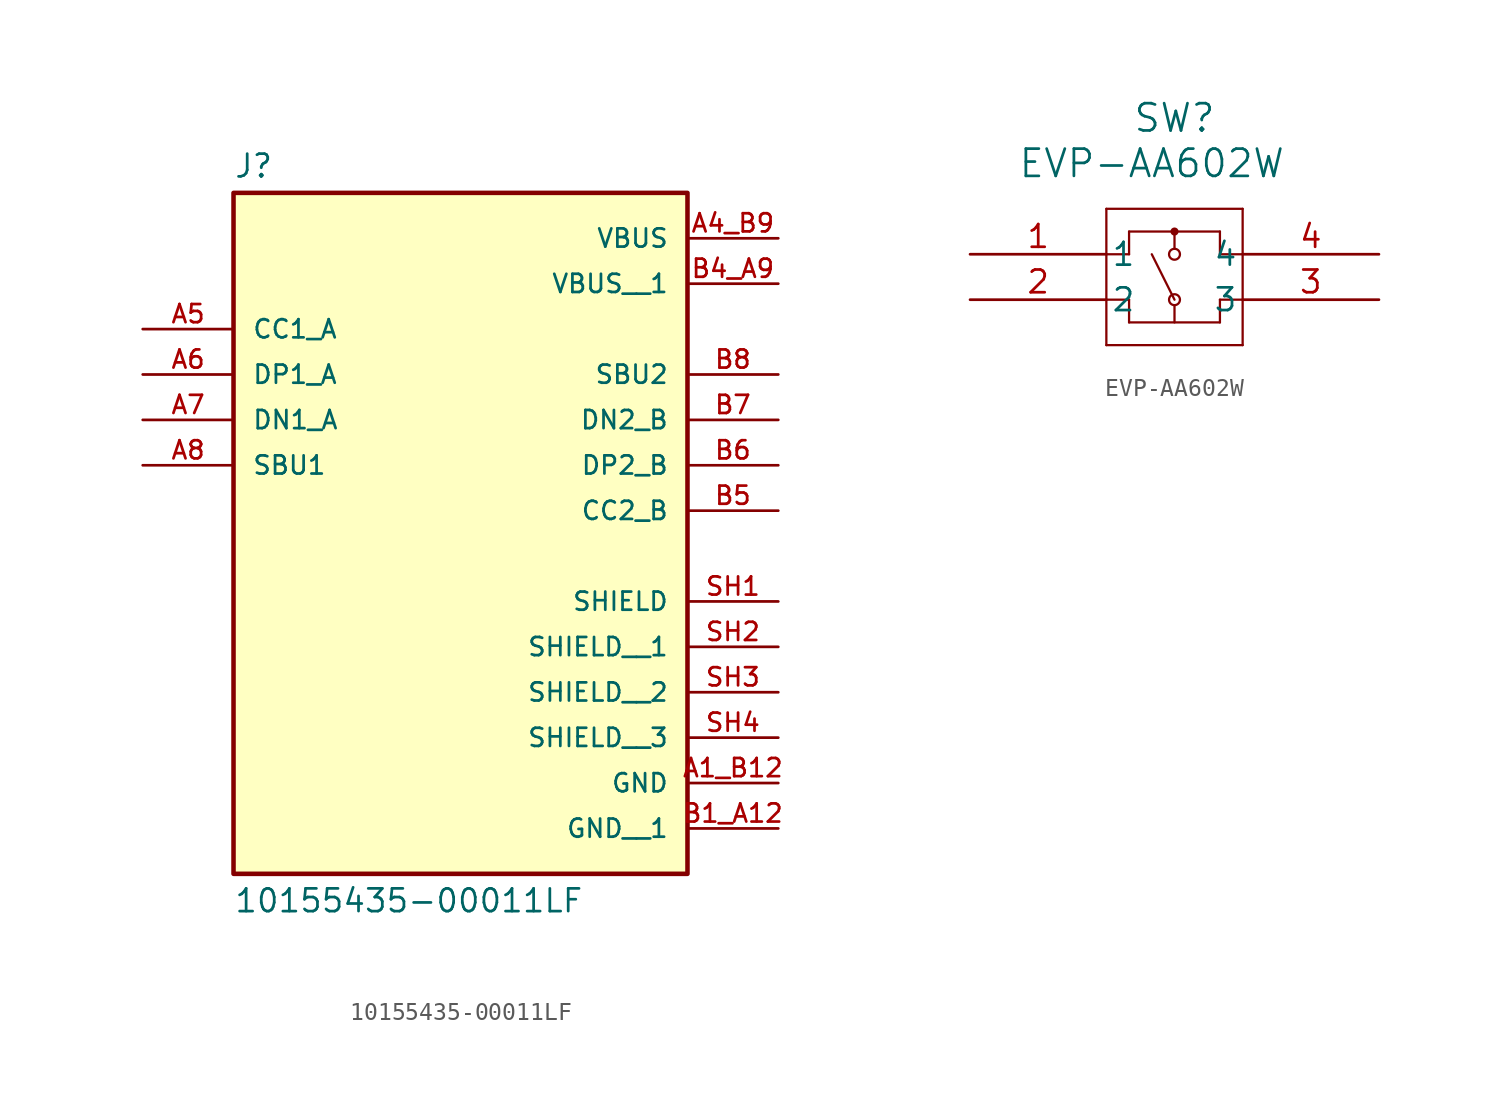
<source format=kicad_sym>
(kicad_symbol_lib
  (version 20231120)
  (generator "kicad_symbol_editor")
  (generator_version "8.0")
  (symbol "10155435-00011LF"
    (pin_names
      (offset 1.016))
    (property "Reference" "J"
      (at -12.7 13.462 0)
      (effects (font (size 1.27 1.27)) (justify left bottom)))
    (property "Value" "10155435-00011LF"
      (at -12.7 -26.162 0)
      (effects (font (size 1.27 1.27)) (justify left top)))
    (symbol "10155435-00011LF_0_0"
      (rectangle (start -12.7 -25.4) (end 12.7 12.7) (stroke (width 0.254) (type default)) (fill (type background)))
      (pin power_in line (at 17.78 -20.32 180) (length 5.08) (name "GND" (effects (font (size 1.016 1.016)))) (number "A1_B12" (effects (font (size 1.016 1.016)))))
      (pin power_in line (at 17.78 10.16 180) (length 5.08) (name "VBUS" (effects (font (size 1.016 1.016)))) (number "A4_B9" (effects (font (size 1.016 1.016)))))
      (pin bidirectional line (at -17.78 5.08 0) (length 5.08) (name "CC1_A" (effects (font (size 1.016 1.016)))) (number "A5" (effects (font (size 1.016 1.016)))))
      (pin bidirectional line (at -17.78 2.54 0) (length 5.08) (name "DP1_A" (effects (font (size 1.016 1.016)))) (number "A6" (effects (font (size 1.016 1.016)))))
      (pin bidirectional line (at -17.78 0 0) (length 5.08) (name "DN1_A" (effects (font (size 1.016 1.016)))) (number "A7" (effects (font (size 1.016 1.016)))))
      (pin bidirectional line (at -17.78 -2.54 0) (length 5.08) (name "SBU1" (effects (font (size 1.016 1.016)))) (number "A8" (effects (font (size 1.016 1.016)))))
      (pin power_in line (at 17.78 -22.86 180) (length 5.08) (name "GND__1" (effects (font (size 1.016 1.016)))) (number "B1_A12" (effects (font (size 1.016 1.016)))))
      (pin power_in line (at 17.78 7.62 180) (length 5.08) (name "VBUS__1" (effects (font (size 1.016 1.016)))) (number "B4_A9" (effects (font (size 1.016 1.016)))))
      (pin bidirectional line (at 17.78 -5.08 180) (length 5.08) (name "CC2_B" (effects (font (size 1.016 1.016)))) (number "B5" (effects (font (size 1.016 1.016)))))
      (pin bidirectional line (at 17.78 -2.54 180) (length 5.08) (name "DP2_B" (effects (font (size 1.016 1.016)))) (number "B6" (effects (font (size 1.016 1.016)))))
      (pin bidirectional line (at 17.78 0 180) (length 5.08) (name "DN2_B" (effects (font (size 1.016 1.016)))) (number "B7" (effects (font (size 1.016 1.016)))))
      (pin bidirectional line (at 17.78 2.54 180) (length 5.08) (name "SBU2" (effects (font (size 1.016 1.016)))) (number "B8" (effects (font (size 1.016 1.016)))))
      (pin passive line (at 17.78 -10.16 180) (length 5.08) (name "SHIELD" (effects (font (size 1.016 1.016)))) (number "SH1" (effects (font (size 1.016 1.016)))))
      (pin passive line (at 17.78 -12.7 180) (length 5.08) (name "SHIELD__1" (effects (font (size 1.016 1.016)))) (number "SH2" (effects (font (size 1.016 1.016)))))
      (pin passive line (at 17.78 -15.24 180) (length 5.08) (name "SHIELD__2" (effects (font (size 1.016 1.016)))) (number "SH3" (effects (font (size 1.016 1.016)))))
      (pin passive line (at 17.78 -17.78 180) (length 5.08) (name "SHIELD__3" (effects (font (size 1.016 1.016)))) (number "SH4" (effects (font (size 1.016 1.016)))))))
  (symbol "EVP-AA602W"
    (pin_names
      (offset 0.254))
    (property "Reference" "SW"
      (at 11.43 7.62 0)
      (effects (font (size 1.524 1.524))))
    (property "Value" "EVP-AA602W"
      (at 10.16 5.08 0)
      (effects (font (size 1.524 1.524))))
    (property "ki_locked" ""
      (at 0 0 0)
      (effects (font (size 1.27 1.27))))
    (symbol "EVP-AA602W_0_1"
      (polyline (pts (xy 7.62 -5.08) (xy 15.24 -5.08)) (stroke (width 0.127) (type default)) (fill (type none)))
      (polyline (pts (xy 7.62 -2.54) (xy 8.89 -2.54)) (stroke (width 0.127) (type default)) (fill (type none)))
      (polyline (pts (xy 7.62 0) (xy 8.89 0)) (stroke (width 0.127) (type default)) (fill (type none)))
      (polyline (pts (xy 7.62 2.54) (xy 7.62 -5.08)) (stroke (width 0.127) (type default)) (fill (type none)))
      (polyline (pts (xy 8.89 -3.81) (xy 13.97 -3.81)) (stroke (width 0.127) (type default)) (fill (type none)))
      (polyline (pts (xy 8.89 -2.54) (xy 8.89 -3.81)) (stroke (width 0.127) (type default)) (fill (type none)))
      (polyline (pts (xy 8.89 1.27) (xy 8.89 0)) (stroke (width 0.127) (type default)) (fill (type none)))
      (polyline (pts (xy 11.43 -3.81) (xy 11.43 -2.857)) (stroke (width 0.127) (type default)) (fill (type none)))
      (polyline (pts (xy 11.43 -2.54) (xy 10.16 0)) (stroke (width 0.127) (type default)) (fill (type none)))
      (polyline (pts (xy 11.43 0.318) (xy 11.43 1.27)) (stroke (width 0.127) (type default)) (fill (type none)))
      (polyline (pts (xy 13.97 -3.81) (xy 13.97 -2.54)) (stroke (width 0.127) (type default)) (fill (type none)))
      (polyline (pts (xy 13.97 -2.54) (xy 15.24 -2.54)) (stroke (width 0.127) (type default)) (fill (type none)))
      (polyline (pts (xy 13.97 0) (xy 13.97 1.27)) (stroke (width 0.127) (type default)) (fill (type none)))
      (polyline (pts (xy 13.97 0) (xy 15.24 0)) (stroke (width 0.127) (type default)) (fill (type none)))
      (polyline (pts (xy 13.97 1.27) (xy 8.89 1.27)) (stroke (width 0.127) (type default)) (fill (type none)))
      (polyline (pts (xy 15.24 -5.08) (xy 15.24 2.54)) (stroke (width 0.127) (type default)) (fill (type none)))
      (polyline (pts (xy 15.24 2.54) (xy 7.62 2.54)) (stroke (width 0.127) (type default)) (fill (type none)))
      (circle (center 11.43 -2.54) (radius 0.305) (stroke (width 0.127) (type default)) (fill (type none)))
      (circle (center 11.43 0) (radius 0.305) (stroke (width 0.127) (type default)) (fill (type none)))
      (circle (center 11.43 1.27) (radius 0.127) (stroke (width 0.203) (type default)) (fill (type none)))
      (pin unspecified line (at 0 0 0) (length 7.62) (name "1" (effects (font (size 1.27 1.27)))) (number "1" (effects (font (size 1.27 1.27)))))
      (pin unspecified line (at 0 -2.54 0) (length 7.62) (name "2" (effects (font (size 1.27 1.27)))) (number "2" (effects (font (size 1.27 1.27)))))
      (pin unspecified line (at 22.86 -2.54 180) (length 7.62) (name "3" (effects (font (size 1.27 1.27)))) (number "3" (effects (font (size 1.27 1.27)))))
      (pin unspecified line (at 22.86 0 180) (length 7.62) (name "4" (effects (font (size 1.27 1.27)))) (number "4" (effects (font (size 1.27 1.27))))))))
</source>
